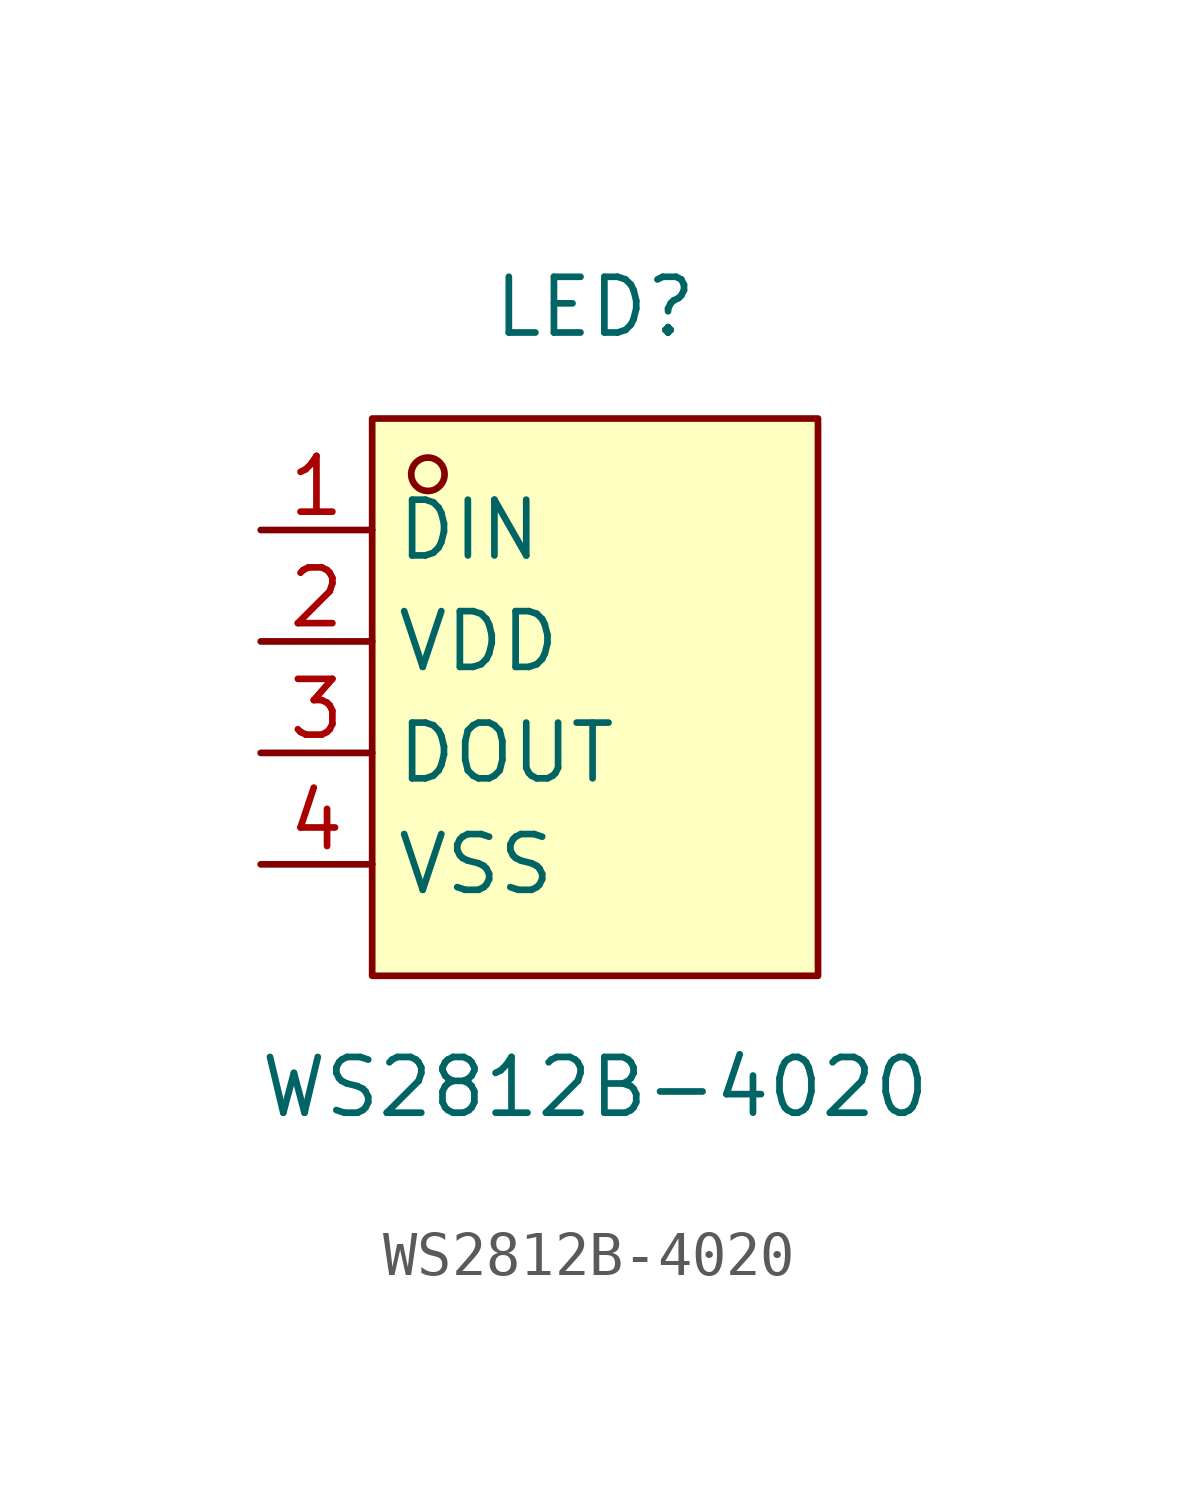
<source format=kicad_sym>
(kicad_symbol_lib
  (version 20231120)
  (generator "kicad_symbol_editor")
  (generator_version "8.0")
  (symbol "WS2812B-4020"
    (property "Reference" "LED"
      (at 0 8.89 0)
      (effects (font (size 1.27 1.27))))
    (property "Value" "WS2812B-4020"
      (at 0 -8.89 0)
      (effects (font (size 1.27 1.27))))
    (symbol "WS2812B-4020_0_1"
      (rectangle (start -5.08 6.35) (end 5.08 -6.35) (stroke (width 0) (type default) (color 0 0 0 0)) (fill (type background)))
      (circle (center -3.81 5.08) (radius 0.38) (stroke (width 0) (type default) (color 0 0 0 0)) (fill (type none)))
      (pin unspecified line (at -7.62 3.81 0) (length 2.54) (name "DIN" (effects (font (size 1.27 1.27)))) (number "1" (effects (font (size 1.27 1.27)))))
      (pin unspecified line (at -7.62 1.27 0) (length 2.54) (name "VDD" (effects (font (size 1.27 1.27)))) (number "2" (effects (font (size 1.27 1.27)))))
      (pin unspecified line (at -7.62 -1.27 0) (length 2.54) (name "DOUT" (effects (font (size 1.27 1.27)))) (number "3" (effects (font (size 1.27 1.27)))))
      (pin unspecified line (at -7.62 -3.81 0) (length 2.54) (name "VSS" (effects (font (size 1.27 1.27)))) (number "4" (effects (font (size 1.27 1.27))))))))
</source>
